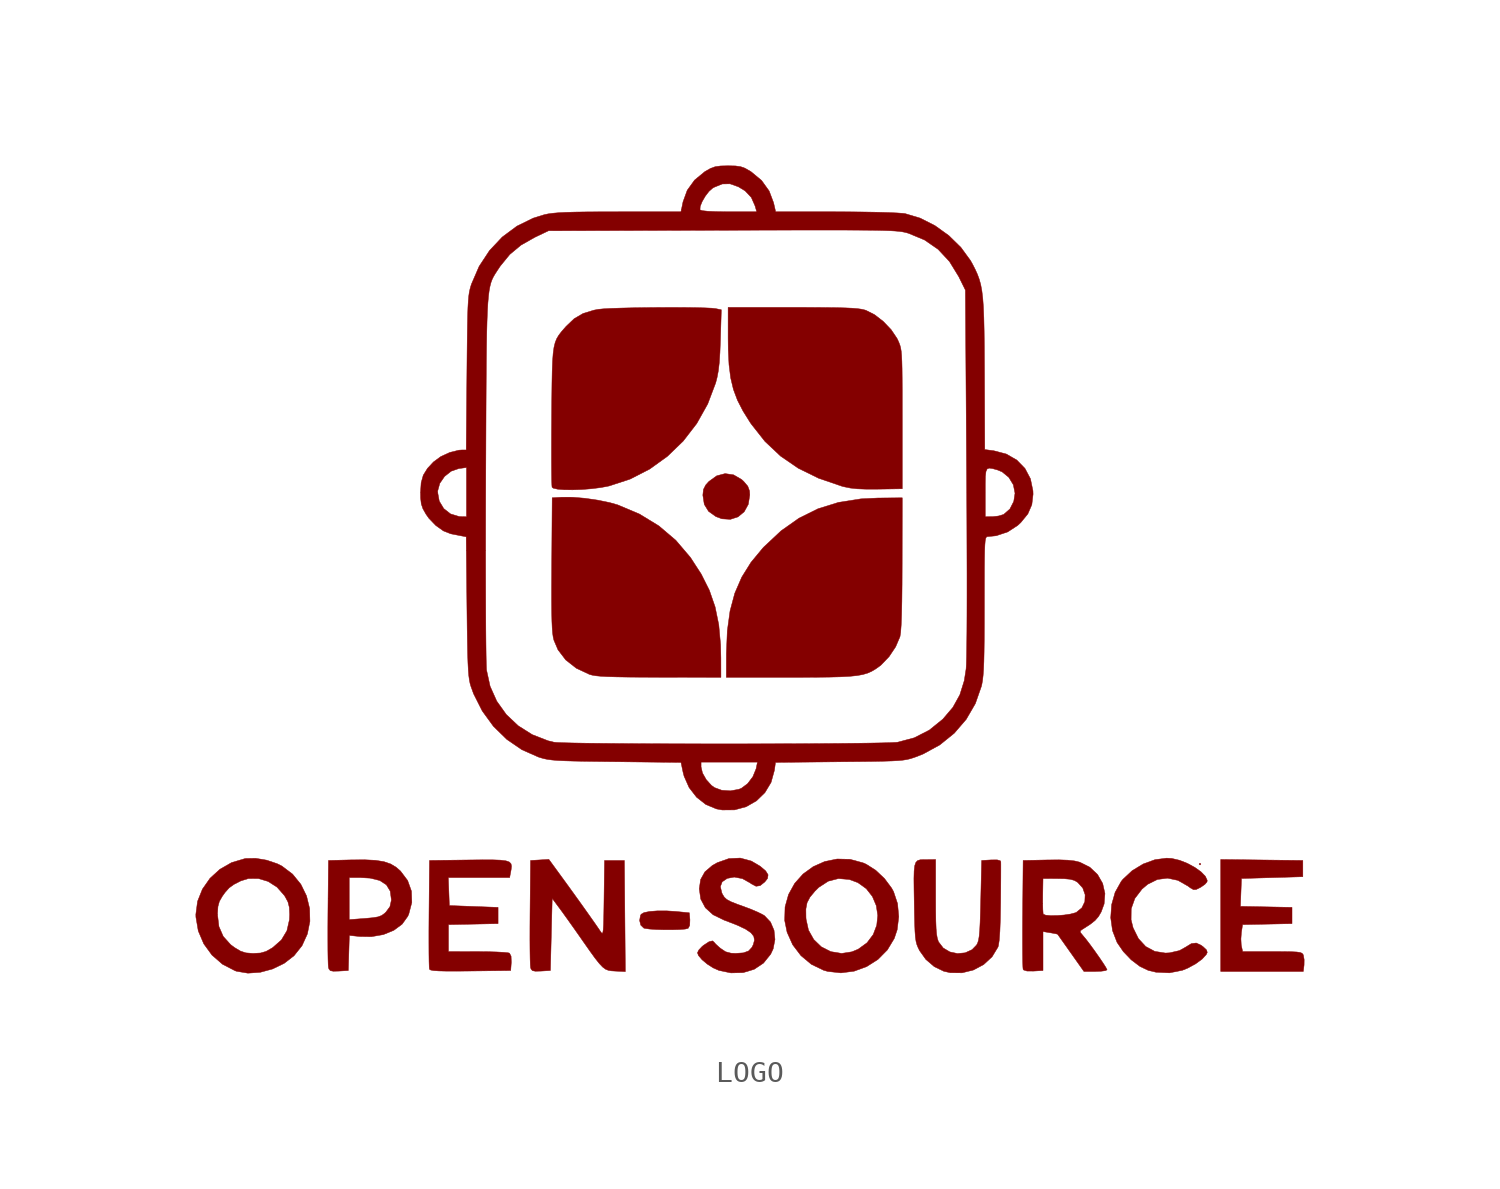
<source format=kicad_sym>
(kicad_symbol_lib
  (version 20220914)
  (generator "bitmap2component")
  (generator_version "9.0")
  (symbol "LOGO"
    (pin_names
      (offset 1.016))
    (property "Reference" "#G"
      (at 0 34.586 0)
      (effects (font (size 1.27 1.27)) hide))
    (symbol "LOGO_0_0"
      (polyline (pts (xy -22.549 -18.16) (xy -21.968 -18.003) (xy -21.423 -17.739) (xy -20.959 -17.379) (xy -20.587 -16.911) (xy -20.335 -16.358) (xy -20.217 -15.767) (xy -20.232 -15.163) (xy -20.375 -14.575) (xy -20.642 -14.03) (xy -21.03 -13.553) (xy -21.535 -13.172) (xy -21.749 -13.065) (xy -22.244 -12.898) (xy -22.762 -12.811) (xy -23.226 -12.82) (xy -23.277 -12.828) (xy -23.892 -13.011) (xy -24.441 -13.325) (xy -24.904 -13.748) (xy -25.26 -14.257) (xy -25.489 -14.829) (xy -25.569 -15.44) (xy -25.569 -15.45) (xy -24.553 -15.45) (xy -24.553 -15.408) (xy -24.533 -15.079) (xy -24.466 -14.834) (xy -24.331 -14.597) (xy -24.199 -14.412) (xy -24.008 -14.198) (xy -23.783 -14.035) (xy -23.461 -13.871) (xy -23.106 -13.761) (xy -22.638 -13.758) (xy -22.178 -13.896) (xy -21.759 -14.165) (xy -21.417 -14.553) (xy -21.382 -14.606) (xy -21.247 -14.858) (xy -21.183 -15.111) (xy -21.167 -15.448) (xy -21.178 -15.692) (xy -21.297 -16.213) (xy -21.556 -16.643) (xy -21.959 -16.997) (xy -21.999 -17.023) (xy -22.276 -17.18) (xy -22.532 -17.254) (xy -22.86 -17.272) (xy -22.908 -17.272) (xy -23.221 -17.248) (xy -23.473 -17.166) (xy -23.756 -16.997) (xy -23.936 -16.862) (xy -24.284 -16.475) (xy -24.487 -16.01) (xy -24.553 -15.45) (xy -25.569 -15.45) (xy -25.566 -15.569) (xy -25.455 -16.219) (xy -25.198 -16.822) (xy -24.812 -17.352) (xy -24.318 -17.782) (xy -23.732 -18.085) (xy -23.658 -18.111) (xy -23.127 -18.2) (xy -22.549 -18.16)) (stroke (width 0.01) (type default)) (fill (type outline)))
      (polyline (pts (xy 0.116 -18.174) (xy 0.63 -18.019) (xy 1.066 -17.728) (xy 1.405 -17.307) (xy 1.521 -17.058) (xy 1.605 -16.62) (xy 1.561 -16.188) (xy 1.396 -15.802) (xy 1.116 -15.505) (xy 1.036 -15.456) (xy 0.781 -15.33) (xy 0.442 -15.186) (xy 0.069 -15.048) (xy -0.172 -14.962) (xy -0.467 -14.845) (xy -0.655 -14.743) (xy -0.774 -14.633) (xy -0.859 -14.495) (xy -0.887 -14.436) (xy -0.957 -14.14) (xy -0.873 -13.915) (xy -0.634 -13.752) (xy -0.303 -13.691) (xy 0.08 -13.764) (xy 0.448 -13.971) (xy 0.496 -14.008) (xy 0.716 -14.122) (xy 0.91 -14.093) (xy 1.129 -13.918) (xy 1.256 -13.757) (xy 1.282 -13.585) (xy 1.169 -13.402) (xy 0.909 -13.181) (xy 0.501 -12.941) (xy -0.021 -12.799) (xy -0.56 -12.824) (xy -1.107 -13.018) (xy -1.334 -13.147) (xy -1.683 -13.446) (xy -1.883 -13.805) (xy -1.947 -14.241) (xy -1.878 -14.723) (xy -1.662 -15.13) (xy -1.3 -15.458) (xy -0.787 -15.709) (xy -0.68 -15.748) (xy -0.152 -15.954) (xy 0.229 -16.135) (xy 0.478 -16.304) (xy 0.611 -16.472) (xy 0.643 -16.653) (xy 0.588 -16.86) (xy 0.525 -16.988) (xy 0.366 -17.159) (xy 0.123 -17.247) (xy -0.242 -17.272) (xy -0.458 -17.262) (xy -0.712 -17.195) (xy -0.946 -17.039) (xy -1.017 -16.98) (xy -1.178 -16.832) (xy -1.256 -16.743) (xy -1.323 -16.685) (xy -1.488 -16.724) (xy -1.749 -16.895) (xy -1.812 -16.947) (xy -1.969 -17.113) (xy -2.032 -17.244) (xy -1.982 -17.375) (xy -1.816 -17.57) (xy -1.572 -17.774) (xy -1.292 -17.953) (xy -1.017 -18.074) (xy -0.46 -18.188) (xy 0.116 -18.174)) (stroke (width 0.01) (type default)) (fill (type outline)))
      (polyline (pts (xy 5.318 -18.108) (xy 5.907 -17.893) (xy 6.436 -17.557) (xy 6.878 -17.111) (xy 7.204 -16.569) (xy 7.339 -16.165) (xy 7.414 -15.552) (xy 7.357 -14.937) (xy 7.17 -14.375) (xy 7.079 -14.209) (xy 6.745 -13.761) (xy 6.33 -13.37) (xy 5.888 -13.089) (xy 5.738 -13.023) (xy 5.128 -12.858) (xy 4.521 -12.843) (xy 3.938 -12.962) (xy 3.398 -13.202) (xy 2.921 -13.549) (xy 2.529 -13.989) (xy 2.242 -14.508) (xy 2.079 -15.091) (xy 2.076 -15.189) (xy 3.055 -15.189) (xy 3.111 -14.893) (xy 3.247 -14.633) (xy 3.481 -14.351) (xy 3.664 -14.171) (xy 4.107 -13.884) (xy 4.585 -13.761) (xy 5.095 -13.804) (xy 5.495 -13.952) (xy 5.889 -14.235) (xy 6.178 -14.604) (xy 6.359 -15.032) (xy 6.428 -15.491) (xy 6.381 -15.952) (xy 6.215 -16.389) (xy 5.926 -16.772) (xy 5.511 -17.075) (xy 5.213 -17.198) (xy 4.741 -17.272) (xy 4.727 -17.272) (xy 4.223 -17.189) (xy 3.781 -16.965) (xy 3.425 -16.621) (xy 3.178 -16.181) (xy 3.065 -15.667) (xy 3.059 -15.581) (xy 3.055 -15.189) (xy 2.076 -15.189) (xy 2.061 -15.726) (xy 2.173 -16.278) (xy 2.436 -16.867) (xy 2.824 -17.378) (xy 3.313 -17.786) (xy 3.884 -18.062) (xy 4.082 -18.119) (xy 4.7 -18.187) (xy 5.318 -18.108)) (stroke (width 0.01) (type default)) (fill (type outline)))
      (polyline (pts (xy 10.918 -18.052) (xy 11.397 -17.797) (xy 11.792 -17.433) (xy 12.069 -16.976) (xy 12.088 -16.916) (xy 12.128 -16.657) (xy 12.159 -16.236) (xy 12.181 -15.652) (xy 12.194 -14.901) (xy 12.195 -14.706) (xy 12.2 -14.179) (xy 12.203 -13.716) (xy 12.204 -13.342) (xy 12.204 -13.085) (xy 12.202 -12.971) (xy 12.176 -12.924) (xy 12.033 -12.884) (xy 11.747 -12.886) (xy 11.303 -12.912) (xy 11.261 -14.778) (xy 11.247 -15.315) (xy 11.231 -15.816) (xy 11.212 -16.189) (xy 11.188 -16.459) (xy 11.157 -16.648) (xy 11.117 -16.78) (xy 11.066 -16.878) (xy 10.852 -17.098) (xy 10.53 -17.245) (xy 10.169 -17.279) (xy 9.812 -17.203) (xy 9.502 -17.02) (xy 9.282 -16.734) (xy 9.267 -16.699) (xy 9.223 -16.561) (xy 9.19 -16.374) (xy 9.167 -16.114) (xy 9.153 -15.757) (xy 9.146 -15.279) (xy 9.144 -14.656) (xy 9.144 -12.869) (xy 8.742 -12.871) (xy 8.584 -12.871) (xy 8.42 -12.88) (xy 8.299 -12.917) (xy 8.216 -13.004) (xy 8.163 -13.159) (xy 8.135 -13.403) (xy 8.126 -13.756) (xy 8.13 -14.238) (xy 8.14 -14.87) (xy 8.149 -15.397) (xy 8.161 -15.881) (xy 8.175 -16.244) (xy 8.195 -16.512) (xy 8.224 -16.709) (xy 8.265 -16.864) (xy 8.32 -17) (xy 8.392 -17.145) (xy 8.685 -17.556) (xy 9.081 -17.895) (xy 9.525 -18.11) (xy 9.833 -18.179) (xy 10.385 -18.184) (xy 10.918 -18.052)) (stroke (width 0.01) (type default)) (fill (type outline)))
      (polyline (pts (xy 20.719 -18.066) (xy 20.974 -17.963) (xy 21.339 -17.765) (xy 21.647 -17.54) (xy 21.845 -17.324) (xy 21.889 -17.226) (xy 21.857 -17.113) (xy 21.704 -16.967) (xy 21.61 -16.896) (xy 21.374 -16.785) (xy 21.144 -16.813) (xy 20.871 -16.981) (xy 20.586 -17.14) (xy 20.122 -17.246) (xy 19.924 -17.256) (xy 19.428 -17.178) (xy 19.004 -16.951) (xy 18.661 -16.58) (xy 18.41 -16.073) (xy 18.315 -15.693) (xy 18.321 -15.176) (xy 18.492 -14.694) (xy 18.827 -14.255) (xy 19.098 -14.027) (xy 19.552 -13.803) (xy 20.029 -13.742) (xy 20.513 -13.845) (xy 20.986 -14.115) (xy 21.1 -14.2) (xy 21.245 -14.281) (xy 21.372 -14.273) (xy 21.554 -14.184) (xy 21.592 -14.163) (xy 21.779 -14.032) (xy 21.878 -13.919) (xy 21.887 -13.84) (xy 21.799 -13.652) (xy 21.596 -13.444) (xy 21.306 -13.237) (xy 20.961 -13.05) (xy 20.591 -12.903) (xy 20.227 -12.818) (xy 19.984 -12.803) (xy 19.436 -12.875) (xy 18.882 -13.077) (xy 18.366 -13.39) (xy 17.93 -13.797) (xy 17.849 -13.899) (xy 17.567 -14.405) (xy 17.402 -14.986) (xy 17.36 -15.6) (xy 17.444 -16.204) (xy 17.657 -16.757) (xy 17.948 -17.183) (xy 18.319 -17.572) (xy 18.726 -17.881) (xy 19.123 -18.071) (xy 19.48 -18.155) (xy 20.116 -18.185) (xy 20.719 -18.066)) (stroke (width 0.01) (type default)) (fill (type outline)))
      (polyline (pts (xy -18.857 -18.102) (xy -18.415 -18.076) (xy -18.391 -17.252) (xy -18.367 -16.428) (xy -17.881 -16.479) (xy -17.334 -16.488) (xy -16.772 -16.39) (xy -16.281 -16.19) (xy -15.89 -15.901) (xy -15.626 -15.534) (xy -15.578 -15.427) (xy -15.435 -14.882) (xy -15.453 -14.351) (xy -15.631 -13.854) (xy -15.965 -13.41) (xy -16.168 -13.232) (xy -16.43 -13.075) (xy -16.743 -12.968) (xy -17.139 -12.905) (xy -17.644 -12.88) (xy -18.288 -12.885) (xy -19.346 -12.912) (xy -19.364 -14.702) (xy -18.373 -14.702) (xy -18.373 -13.716) (xy -17.824 -13.716) (xy -17.395 -13.74) (xy -16.942 -13.851) (xy -16.628 -14.055) (xy -16.447 -14.353) (xy -16.395 -14.751) (xy -16.396 -14.78) (xy -16.461 -15.078) (xy -16.648 -15.332) (xy -16.714 -15.395) (xy -16.849 -15.493) (xy -17.017 -15.557) (xy -17.263 -15.598) (xy -17.632 -15.632) (xy -18.373 -15.688) (xy -18.373 -14.702) (xy -19.364 -14.702) (xy -19.37 -15.325) (xy -19.371 -15.42) (xy -19.375 -16.046) (xy -19.375 -16.62) (xy -19.373 -17.12) (xy -19.367 -17.521) (xy -19.358 -17.799) (xy -19.346 -17.933) (xy -19.324 -18.004) (xy -19.259 -18.082) (xy -19.118 -18.109) (xy -18.857 -18.102)) (stroke (width 0.01) (type default)) (fill (type outline)))
      (polyline (pts (xy -12.681 -18.099) (xy -10.795 -18.076) (xy -10.768 -17.704) (xy -10.767 -17.686) (xy -10.778 -17.403) (xy -10.853 -17.261) (xy -10.912 -17.245) (xy -11.123 -17.223) (xy -11.453 -17.205) (xy -11.869 -17.193) (xy -12.34 -17.189) (xy -13.716 -17.187) (xy -13.716 -16.555) (xy -13.716 -15.922) (xy -12.552 -15.899) (xy -11.388 -15.875) (xy -11.388 -15.494) (xy -11.388 -15.113) (xy -12.531 -15.071) (xy -13.674 -15.028) (xy -13.698 -14.372) (xy -13.723 -13.716) (xy -12.284 -13.716) (xy -10.845 -13.716) (xy -10.789 -13.419) (xy -10.774 -13.334) (xy -10.758 -13.181) (xy -10.781 -13.066) (xy -10.861 -12.984) (xy -11.017 -12.929) (xy -11.268 -12.897) (xy -11.632 -12.883) (xy -12.129 -12.882) (xy -12.775 -12.889) (xy -14.605 -12.912) (xy -14.628 -15.408) (xy -14.629 -15.59) (xy -14.633 -16.215) (xy -14.633 -16.781) (xy -14.631 -17.265) (xy -14.626 -17.647) (xy -14.618 -17.904) (xy -14.608 -18.014) (xy -14.607 -18.017) (xy -14.549 -18.053) (xy -14.41 -18.079) (xy -14.17 -18.095) (xy -13.814 -18.104) (xy -13.323 -18.105) (xy -12.681 -18.099)) (stroke (width 0.01) (type default)) (fill (type outline)))
      (polyline (pts (xy -5.439 -15.519) (xy -5.461 -12.912) (xy -5.927 -12.912) (xy -6.392 -12.912) (xy -6.415 -14.688) (xy -6.421 -15.11) (xy -6.429 -15.593) (xy -6.439 -15.939) (xy -6.453 -16.165) (xy -6.472 -16.289) (xy -6.499 -16.331) (xy -6.536 -16.309) (xy -6.585 -16.241) (xy -6.656 -16.134) (xy -6.844 -15.862) (xy -7.101 -15.497) (xy -7.406 -15.067) (xy -7.741 -14.6) (xy -8.085 -14.123) (xy -8.419 -13.664) (xy -9.005 -12.861) (xy -9.435 -12.887) (xy -9.864 -12.912) (xy -9.887 -15.325) (xy -9.888 -15.42) (xy -9.892 -16.046) (xy -9.893 -16.62) (xy -9.89 -17.12) (xy -9.884 -17.521) (xy -9.875 -17.799) (xy -9.864 -17.933) (xy -9.842 -18.004) (xy -9.776 -18.082) (xy -9.636 -18.109) (xy -9.374 -18.102) (xy -8.932 -18.076) (xy -8.89 -16.383) (xy -8.848 -14.69) (xy -8.502 -15.155) (xy -8.375 -15.328) (xy -8.135 -15.662) (xy -7.862 -16.046) (xy -7.595 -16.425) (xy -7.398 -16.708) (xy -7.079 -17.162) (xy -6.832 -17.503) (xy -6.638 -17.747) (xy -6.483 -17.911) (xy -6.349 -18.012) (xy -6.218 -18.066) (xy -6.075 -18.091) (xy -5.901 -18.102) (xy -5.416 -18.127) (xy -5.439 -15.519)) (stroke (width 0.01) (type default)) (fill (type outline)))
      (polyline (pts (xy 16.908 -18.109) (xy 17.11 -18.082) (xy 17.187 -18.043) (xy 17.187 -18.039) (xy 17.131 -17.929) (xy 17 -17.723) (xy 16.817 -17.453) (xy 16.607 -17.155) (xy 16.395 -16.864) (xy 16.203 -16.613) (xy 16.057 -16.437) (xy 15.939 -16.294) (xy 15.932 -16.215) (xy 16.033 -16.14) (xy 16.051 -16.13) (xy 16.392 -15.911) (xy 16.623 -15.729) (xy 16.783 -15.546) (xy 16.912 -15.327) (xy 17.05 -14.95) (xy 17.088 -14.46) (xy 16.982 -13.991) (xy 16.742 -13.571) (xy 16.381 -13.23) (xy 15.912 -12.995) (xy 15.901 -12.991) (xy 15.659 -12.933) (xy 15.347 -12.898) (xy 14.934 -12.883) (xy 14.385 -12.888) (xy 13.25 -12.912) (xy 13.232 -14.917) (xy 14.168 -14.917) (xy 14.169 -14.563) (xy 14.182 -13.758) (xy 14.878 -13.761) (xy 15.177 -13.767) (xy 15.458 -13.793) (xy 15.653 -13.847) (xy 15.809 -13.939) (xy 16.048 -14.204) (xy 16.159 -14.52) (xy 16.145 -14.844) (xy 16.007 -15.133) (xy 15.748 -15.346) (xy 15.705 -15.364) (xy 15.474 -15.426) (xy 15.172 -15.471) (xy 14.845 -15.496) (xy 14.541 -15.499) (xy 14.309 -15.479) (xy 14.195 -15.431) (xy 14.186 -15.39) (xy 14.174 -15.207) (xy 14.168 -14.917) (xy 13.232 -14.917) (xy 13.228 -15.408) (xy 13.226 -15.59) (xy 13.223 -16.215) (xy 13.223 -16.781) (xy 13.225 -17.266) (xy 13.23 -17.649) (xy 13.238 -17.906) (xy 13.248 -18.016) (xy 13.275 -18.052) (xy 13.432 -18.101) (xy 13.736 -18.102) (xy 14.182 -18.076) (xy 14.182 -17.162) (xy 14.182 -16.248) (xy 14.52 -16.304) (xy 14.598 -16.317) (xy 14.787 -16.352) (xy 14.866 -16.372) (xy 14.867 -16.373) (xy 14.926 -16.456) (xy 15.061 -16.648) (xy 15.255 -16.922) (xy 15.488 -17.251) (xy 16.102 -18.119) (xy 16.645 -18.119) (xy 16.908 -18.109)) (stroke (width 0.01) (type default)) (fill (type outline)))
      (polyline (pts (xy 26.431 -17.827) (xy 26.432 -17.821) (xy 26.436 -17.567) (xy 26.401 -17.361) (xy 26.381 -17.315) (xy 26.334 -17.264) (xy 26.243 -17.228) (xy 26.084 -17.206) (xy 25.831 -17.194) (xy 25.459 -17.188) (xy 24.944 -17.187) (xy 23.551 -17.187) (xy 23.493 -16.925) (xy 23.483 -16.871) (xy 23.469 -16.592) (xy 23.491 -16.293) (xy 23.547 -15.922) (xy 24.706 -15.899) (xy 25.866 -15.875) (xy 25.866 -15.494) (xy 25.866 -15.113) (xy 24.656 -15.089) (xy 23.445 -15.066) (xy 23.47 -14.412) (xy 23.495 -13.758) (xy 24.934 -13.716) (xy 26.374 -13.674) (xy 26.374 -13.293) (xy 26.374 -12.912) (xy 24.447 -12.889) (xy 22.521 -12.866) (xy 22.521 -15.492) (xy 22.521 -18.119) (xy 24.459 -18.119) (xy 26.397 -18.119) (xy 26.431 -17.827)) (stroke (width 0.01) (type default)) (fill (type outline)))
      (polyline (pts (xy -2.87 -16.152) (xy -2.608 -16.131) (xy -2.471 -16.098) (xy -2.396 -15.959) (xy -2.386 -15.697) (xy -2.413 -15.367) (xy -3.048 -15.305) (xy -3.479 -15.277) (xy -3.909 -15.277) (xy -4.274 -15.305) (xy -4.54 -15.358) (xy -4.673 -15.434) (xy -4.705 -15.492) (xy -4.747 -15.726) (xy -4.692 -15.947) (xy -4.551 -16.084) (xy -4.5 -16.099) (xy -4.279 -16.13) (xy -3.962 -16.151) (xy -3.591 -16.162) (xy -3.213 -16.162) (xy -2.87 -16.152)) (stroke (width 0.01) (type default)) (fill (type outline)))
      (polyline (pts (xy 21.59 -13.081) (xy 21.548 -13.039) (xy 21.505 -13.081) (xy 21.548 -13.123) (xy 21.59 -13.081)) (stroke (width 0.01) (type default)) (fill (type outline)))
      (polyline (pts (xy -0.291 -10.538) (xy 0.253 -10.391) (xy 0.735 -10.116) (xy 1.133 -9.729) (xy 1.422 -9.248) (xy 1.578 -8.686) (xy 1.63 -8.31) (xy 4.646 -8.281) (xy 4.87 -8.279) (xy 5.623 -8.271) (xy 6.232 -8.264) (xy 6.716 -8.254) (xy 7.095 -8.242) (xy 7.389 -8.226) (xy 7.616 -8.204) (xy 7.798 -8.175) (xy 7.953 -8.138) (xy 8.102 -8.091) (xy 8.264 -8.034) (xy 8.564 -7.913) (xy 9.342 -7.488) (xy 10.018 -6.941) (xy 10.579 -6.29) (xy 11.008 -5.55) (xy 11.293 -4.736) (xy 11.313 -4.648) (xy 11.346 -4.46) (xy 11.372 -4.23) (xy 11.393 -3.94) (xy 11.408 -3.571) (xy 11.418 -3.105) (xy 11.425 -2.525) (xy 11.429 -1.812) (xy 11.43 -0.947) (xy 11.43 -0.579) (xy 11.431 0.179) (xy 11.432 0.79) (xy 11.437 1.269) (xy 11.444 1.634) (xy 11.455 1.899) (xy 11.47 2.08) (xy 11.491 2.194) (xy 11.519 2.256) (xy 11.553 2.281) (xy 11.595 2.286) (xy 11.986 2.325) (xy 12.527 2.505) (xy 12.995 2.81) (xy 13.139 2.944) (xy 13.471 3.35) (xy 13.658 3.782) (xy 13.716 4.275) (xy 13.71 4.435) (xy 13.593 4.998) (xy 13.335 5.485) (xy 12.952 5.878) (xy 12.46 6.16) (xy 11.875 6.313) (xy 11.449 6.369) (xy 11.436 9.895) (xy 11.434 10.3) (xy 11.429 11.188) (xy 11.42 11.932) (xy 11.406 12.55) (xy 11.385 13.059) (xy 11.355 13.477) (xy 11.313 13.822) (xy 11.259 14.112) (xy 11.189 14.364) (xy 11.103 14.597) (xy 10.998 14.828) (xy 10.872 15.075) (xy 10.779 15.24) (xy 10.329 15.856) (xy 9.762 16.411) (xy 9.113 16.877) (xy 8.419 17.229) (xy 7.714 17.44) (xy 7.622 17.452) (xy 7.341 17.472) (xy 6.928 17.49) (xy 6.408 17.505) (xy 5.806 17.516) (xy 5.144 17.523) (xy 4.448 17.526) (xy 1.638 17.526) (xy 1.539 17.955) (xy 1.332 18.502) (xy 0.976 18.997) (xy 0.492 19.399) (xy 0.443 19.43) (xy 0.205 19.568) (xy -0.004 19.644) (xy -0.249 19.678) (xy -0.598 19.685) (xy -0.945 19.677) (xy -1.199 19.642) (xy -1.414 19.565) (xy -1.655 19.429) (xy -1.689 19.408) (xy -2.167 19.014) (xy -2.512 18.535) (xy -2.709 17.994) (xy -2.785 17.625) (xy -1.913 17.625) (xy -1.903 17.781) (xy -1.811 18.008) (xy -1.665 18.259) (xy -1.493 18.483) (xy -1.322 18.635) (xy -1.253 18.675) (xy -0.869 18.832) (xy -0.504 18.839) (xy -0.111 18.7) (xy 0.206 18.506) (xy 0.495 18.2) (xy 0.671 17.801) (xy 0.75 17.526) (xy -0.551 17.526) (xy -0.646 17.526) (xy -1.153 17.534) (xy -1.544 17.551) (xy -1.801 17.578) (xy -1.907 17.613) (xy -1.913 17.625) (xy -2.785 17.625) (xy -2.806 17.526) (xy -5.737 17.526) (xy -6.54 17.525) (xy -7.221 17.521) (xy -7.77 17.513) (xy -8.207 17.5) (xy -8.552 17.482) (xy -8.823 17.458) (xy -9.04 17.428) (xy -9.223 17.389) (xy -9.736 17.23) (xy -10.504 16.853) (xy -11.194 16.34) (xy -11.79 15.706) (xy -12.276 14.967) (xy -12.634 14.139) (xy -12.667 14.038) (xy -12.706 13.898) (xy -12.739 13.745) (xy -12.765 13.562) (xy -12.785 13.331) (xy -12.802 13.035) (xy -12.815 12.656) (xy -12.825 12.178) (xy -12.834 11.582) (xy -12.842 10.852) (xy -12.85 9.97) (xy -12.882 6.35) (xy -13.072 6.35) (xy -13.225 6.34) (xy -13.653 6.234) (xy -14.077 6.039) (xy -14.42 5.787) (xy -14.699 5.487) (xy -14.897 5.168) (xy -14.997 4.811) (xy -15.025 4.371) (xy -14.224 4.371) (xy -14.222 4.425) (xy -14.122 4.785) (xy -13.898 5.109) (xy -13.587 5.355) (xy -13.229 5.478) (xy -12.869 5.526) (xy -12.869 4.372) (xy -12.869 3.217) (xy -13.102 3.221) (xy -13.217 3.228) (xy -13.617 3.349) (xy -13.936 3.598) (xy -14.147 3.948) (xy -14.224 4.371) (xy -15.025 4.371) (xy -15.026 4.354) (xy -15.022 4.09) (xy -14.991 3.819) (xy -14.914 3.593) (xy -14.773 3.341) (xy -14.632 3.141) (xy -14.311 2.808) (xy -13.954 2.553) (xy -13.61 2.417) (xy -13.405 2.377) (xy -13.13 2.323) (xy -12.883 2.276) (xy -12.876 1.622) (xy -11.973 1.622) (xy -11.972 2.728) (xy -11.97 3.885) (xy -11.966 5.08) (xy -11.962 5.999) (xy -11.957 7.316) (xy -11.952 8.482) (xy -11.946 9.505) (xy -11.94 10.396) (xy -11.931 11.166) (xy -11.92 11.826) (xy -11.906 12.385) (xy -11.888 12.853) (xy -11.866 13.242) (xy -11.838 13.562) (xy -11.806 13.822) (xy -11.766 14.034) (xy -11.72 14.207) (xy -11.666 14.353) (xy -11.604 14.481) (xy -11.533 14.601) (xy -11.453 14.726) (xy -11.362 14.863) (xy -11.285 14.979) (xy -10.839 15.524) (xy -10.311 15.963) (xy -9.66 16.331) (xy -9.017 16.637) (xy -0.848 16.66) (xy -0.132 16.662) (xy 1.145 16.666) (xy 2.269 16.668) (xy 3.251 16.67) (xy 4.1 16.67) (xy 4.828 16.669) (xy 5.445 16.666) (xy 5.963 16.662) (xy 6.391 16.656) (xy 6.74 16.647) (xy 7.021 16.637) (xy 7.245 16.624) (xy 7.421 16.608) (xy 7.562 16.59) (xy 7.677 16.568) (xy 7.777 16.544) (xy 7.873 16.516) (xy 7.881 16.513) (xy 8.624 16.204) (xy 9.26 15.765) (xy 9.794 15.192) (xy 10.229 14.483) (xy 10.541 13.852) (xy 10.597 5.339) (xy 10.603 4.36) (xy 11.472 4.36) (xy 11.472 4.756) (xy 11.479 5.112) (xy 11.505 5.339) (xy 11.562 5.461) (xy 11.662 5.499) (xy 11.817 5.476) (xy 12.04 5.415) (xy 12.262 5.324) (xy 12.577 5.066) (xy 12.79 4.717) (xy 12.869 4.32) (xy 12.81 3.936) (xy 12.628 3.58) (xy 12.345 3.332) (xy 12.317 3.318) (xy 12.084 3.25) (xy 11.811 3.22) (xy 11.472 3.217) (xy 11.472 4.36) (xy 10.603 4.36) (xy 10.604 4.221) (xy 10.61 2.911) (xy 10.614 1.687) (xy 10.617 0.556) (xy 10.617 -0.47) (xy 10.615 -1.382) (xy 10.611 -2.173) (xy 10.604 -2.831) (xy 10.596 -3.348) (xy 10.586 -3.714) (xy 10.574 -3.921) (xy 10.488 -4.473) (xy 10.28 -5.139) (xy 9.954 -5.726) (xy 9.491 -6.27) (xy 9.479 -6.283) (xy 8.848 -6.794) (xy 8.142 -7.155) (xy 7.366 -7.362) (xy 7.28 -7.37) (xy 7.014 -7.383) (xy 6.606 -7.394) (xy 6.068 -7.404) (xy 5.417 -7.413) (xy 4.667 -7.421) (xy 3.833 -7.427) (xy 2.93 -7.433) (xy 1.973 -7.436) (xy 0.977 -7.439) (xy -0.043 -7.441) (xy -1.073 -7.441) (xy -2.098 -7.44) (xy -3.102 -7.438) (xy -4.07 -7.435) (xy -4.989 -7.43) (xy -5.842 -7.424) (xy -6.616 -7.417) (xy -7.295 -7.409) (xy -7.864 -7.399) (xy -8.308 -7.388) (xy -8.613 -7.376) (xy -8.763 -7.363) (xy -9.041 -7.296) (xy -9.782 -7.008) (xy -10.442 -6.592) (xy -11.002 -6.063) (xy -11.448 -5.44) (xy -11.762 -4.739) (xy -11.928 -3.979) (xy -11.933 -3.914) (xy -11.942 -3.662) (xy -11.95 -3.258) (xy -11.957 -2.717) (xy -11.963 -2.05) (xy -11.967 -1.271) (xy -11.97 -0.39) (xy -11.972 0.578) (xy -11.973 1.622) (xy -12.876 1.622) (xy -12.849 -1) (xy -12.847 -1.166) (xy -12.838 -1.989) (xy -12.827 -2.664) (xy -12.816 -3.209) (xy -12.801 -3.641) (xy -12.784 -3.979) (xy -12.762 -4.24) (xy -12.735 -4.442) (xy -12.703 -4.603) (xy -12.663 -4.741) (xy -12.537 -5.09) (xy -12.13 -5.897) (xy -11.606 -6.617) (xy -10.98 -7.229) (xy -10.271 -7.715) (xy -9.495 -8.058) (xy -9.385 -8.093) (xy -9.23 -8.136) (xy -9.062 -8.17) (xy -8.86 -8.197) (xy -8.606 -8.219) (xy -8.28 -8.235) (xy -7.863 -8.248) (xy -7.335 -8.259) (xy -6.676 -8.268) (xy -5.868 -8.278) (xy -2.803 -8.312) (xy -2.76 -8.52) (xy -1.863 -8.52) (xy -1.863 -8.297) (xy -0.54 -8.297) (xy 0.783 -8.297) (xy 0.729 -8.569) (xy 0.72 -8.609) (xy 0.569 -8.98) (xy 0.323 -9.306) (xy 0.029 -9.525) (xy -0.092 -9.573) (xy -0.488 -9.645) (xy -0.894 -9.617) (xy -1.237 -9.491) (xy -1.378 -9.387) (xy -1.621 -9.118) (xy -1.796 -8.808) (xy -1.863 -8.52) (xy -2.76 -8.52) (xy -2.71 -8.762) (xy -2.659 -8.96) (xy -2.424 -9.49) (xy -2.075 -9.942) (xy -1.64 -10.285) (xy -1.143 -10.492) (xy -0.871 -10.542) (xy -0.291 -10.538)) (stroke (width 0.01) (type default)) (fill (type outline)))
      (polyline (pts (xy -0.933 -3.408) (xy -0.947 -2.791) (xy -1.032 -1.853) (xy -1.204 -1.012) (xy -1.475 -0.231) (xy -1.855 0.526) (xy -2.354 1.295) (xy -2.371 1.318) (xy -3.048 2.112) (xy -3.845 2.789) (xy -4.755 3.344) (xy -5.772 3.773) (xy -6.14 3.878) (xy -6.704 3.995) (xy -7.31 4.083) (xy -7.892 4.132) (xy -8.382 4.134) (xy -8.848 4.106) (xy -8.87 0.978) (xy -8.871 0.762) (xy -8.876 -0.051) (xy -8.876 -0.717) (xy -8.871 -1.252) (xy -8.862 -1.674) (xy -8.848 -2) (xy -8.828 -2.248) (xy -8.801 -2.435) (xy -8.767 -2.578) (xy -8.576 -3.027) (xy -8.213 -3.502) (xy -7.718 -3.891) (xy -7.105 -4.179) (xy -7.102 -4.18) (xy -6.971 -4.216) (xy -6.796 -4.246) (xy -6.56 -4.269) (xy -6.245 -4.286) (xy -5.832 -4.298) (xy -5.304 -4.307) (xy -4.644 -4.312) (xy -3.831 -4.314) (xy -0.931 -4.318) (xy -0.933 -3.408)) (stroke (width 0.01) (type default)) (fill (type outline)))
      (polyline (pts (xy 2.686 -4.318) (xy 3.49 -4.315) (xy 4.15 -4.308) (xy 4.686 -4.294) (xy 5.115 -4.271) (xy 5.456 -4.236) (xy 5.728 -4.187) (xy 5.949 -4.122) (xy 6.138 -4.039) (xy 6.313 -3.936) (xy 6.493 -3.81) (xy 6.592 -3.731) (xy 6.959 -3.348) (xy 7.267 -2.887) (xy 7.468 -2.418) (xy 7.471 -2.408) (xy 7.502 -2.212) (xy 7.527 -1.873) (xy 7.546 -1.386) (xy 7.56 -0.745) (xy 7.569 0.053) (xy 7.573 1.016) (xy 7.578 4.106) (xy 6.435 4.095) (xy 5.636 4.056) (xy 4.586 3.891) (xy 3.623 3.591) (xy 2.732 3.149) (xy 1.894 2.558) (xy 1.094 1.809) (xy 1.042 1.755) (xy 0.484 1.083) (xy 0.047 0.383) (xy -0.28 -0.371) (xy -0.503 -1.203) (xy -0.631 -2.136) (xy -0.674 -3.196) (xy -0.677 -4.318) (xy 2.313 -4.318) (xy 2.686 -4.318)) (stroke (width 0.01) (type default)) (fill (type outline)))
      (polyline (pts (xy -0.128 3.211) (xy 0.161 3.451) (xy 0.353 3.799) (xy 0.423 4.238) (xy 0.41 4.431) (xy 0.33 4.648) (xy 0.142 4.87) (xy 0.041 4.963) (xy -0.337 5.183) (xy -0.734 5.241) (xy -1.128 5.137) (xy -1.495 4.872) (xy -1.643 4.708) (xy -1.75 4.499) (xy -1.778 4.238) (xy -1.778 4.222) (xy -1.711 3.796) (xy -1.511 3.47) (xy -1.167 3.225) (xy -0.888 3.121) (xy -0.486 3.095) (xy -0.128 3.211)) (stroke (width 0.01) (type default)) (fill (type outline)))
      (polyline (pts (xy -7.451 4.496) (xy -6.997 4.532) (xy -6.563 4.587) (xy -6.181 4.66) (xy -6.173 4.662) (xy -5.194 4.982) (xy -4.279 5.45) (xy -3.442 6.051) (xy -2.698 6.77) (xy -2.063 7.594) (xy -1.551 8.508) (xy -1.177 9.497) (xy -1.113 9.743) (xy -1.052 10.065) (xy -1.008 10.444) (xy -0.977 10.918) (xy -0.954 11.523) (xy -0.912 12.929) (xy -1.187 12.984) (xy -1.36 13.003) (xy -1.684 13.018) (xy -2.124 13.029) (xy -2.651 13.036) (xy -3.238 13.038) (xy -3.857 13.036) (xy -4.479 13.03) (xy -5.078 13.021) (xy -5.625 13.008) (xy -6.093 12.992) (xy -6.453 12.972) (xy -6.678 12.95) (xy -6.892 12.91) (xy -7.4 12.754) (xy -7.817 12.51) (xy -8.194 12.151) (xy -8.277 12.057) (xy -8.423 11.888) (xy -8.541 11.733) (xy -8.636 11.573) (xy -8.709 11.39) (xy -8.764 11.166) (xy -8.803 10.882) (xy -8.83 10.52) (xy -8.848 10.061) (xy -8.859 9.488) (xy -8.867 8.783) (xy -8.874 7.926) (xy -8.874 7.835) (xy -8.879 7.117) (xy -8.88 6.451) (xy -8.88 5.859) (xy -8.877 5.359) (xy -8.872 4.97) (xy -8.864 4.711) (xy -8.855 4.603) (xy -8.799 4.558) (xy -8.598 4.511) (xy -8.284 4.485) (xy -7.891 4.48) (xy -7.451 4.496)) (stroke (width 0.01) (type default)) (fill (type outline)))
      (polyline (pts (xy 6.435 4.512) (xy 7.578 4.53) (xy 7.578 7.789) (xy 7.577 8.403) (xy 7.577 9.121) (xy 7.574 9.699) (xy 7.569 10.158) (xy 7.56 10.513) (xy 7.547 10.784) (xy 7.528 10.988) (xy 7.502 11.143) (xy 7.469 11.268) (xy 7.427 11.379) (xy 7.376 11.495) (xy 7.331 11.587) (xy 7.056 11.995) (xy 6.688 12.381) (xy 6.277 12.699) (xy 5.872 12.903) (xy 5.812 12.921) (xy 5.668 12.955) (xy 5.48 12.981) (xy 5.231 13.002) (xy 4.903 13.017) (xy 4.478 13.028) (xy 3.938 13.034) (xy 3.265 13.038) (xy 2.44 13.039) (xy -0.593 13.039) (xy -0.593 11.59) (xy -0.587 11.07) (xy -0.551 10.348) (xy -0.474 9.734) (xy -0.345 9.193) (xy -0.156 8.687) (xy 0.104 8.181) (xy 0.443 7.639) (xy 0.493 7.566) (xy 1.134 6.753) (xy 1.866 6.064) (xy 2.702 5.49) (xy 3.656 5.022) (xy 4.741 4.651) (xy 4.834 4.626) (xy 5.134 4.564) (xy 5.471 4.527) (xy 5.89 4.511) (xy 6.435 4.512)) (stroke (width 0.01) (type default)) (fill (type outline))))))
</source>
